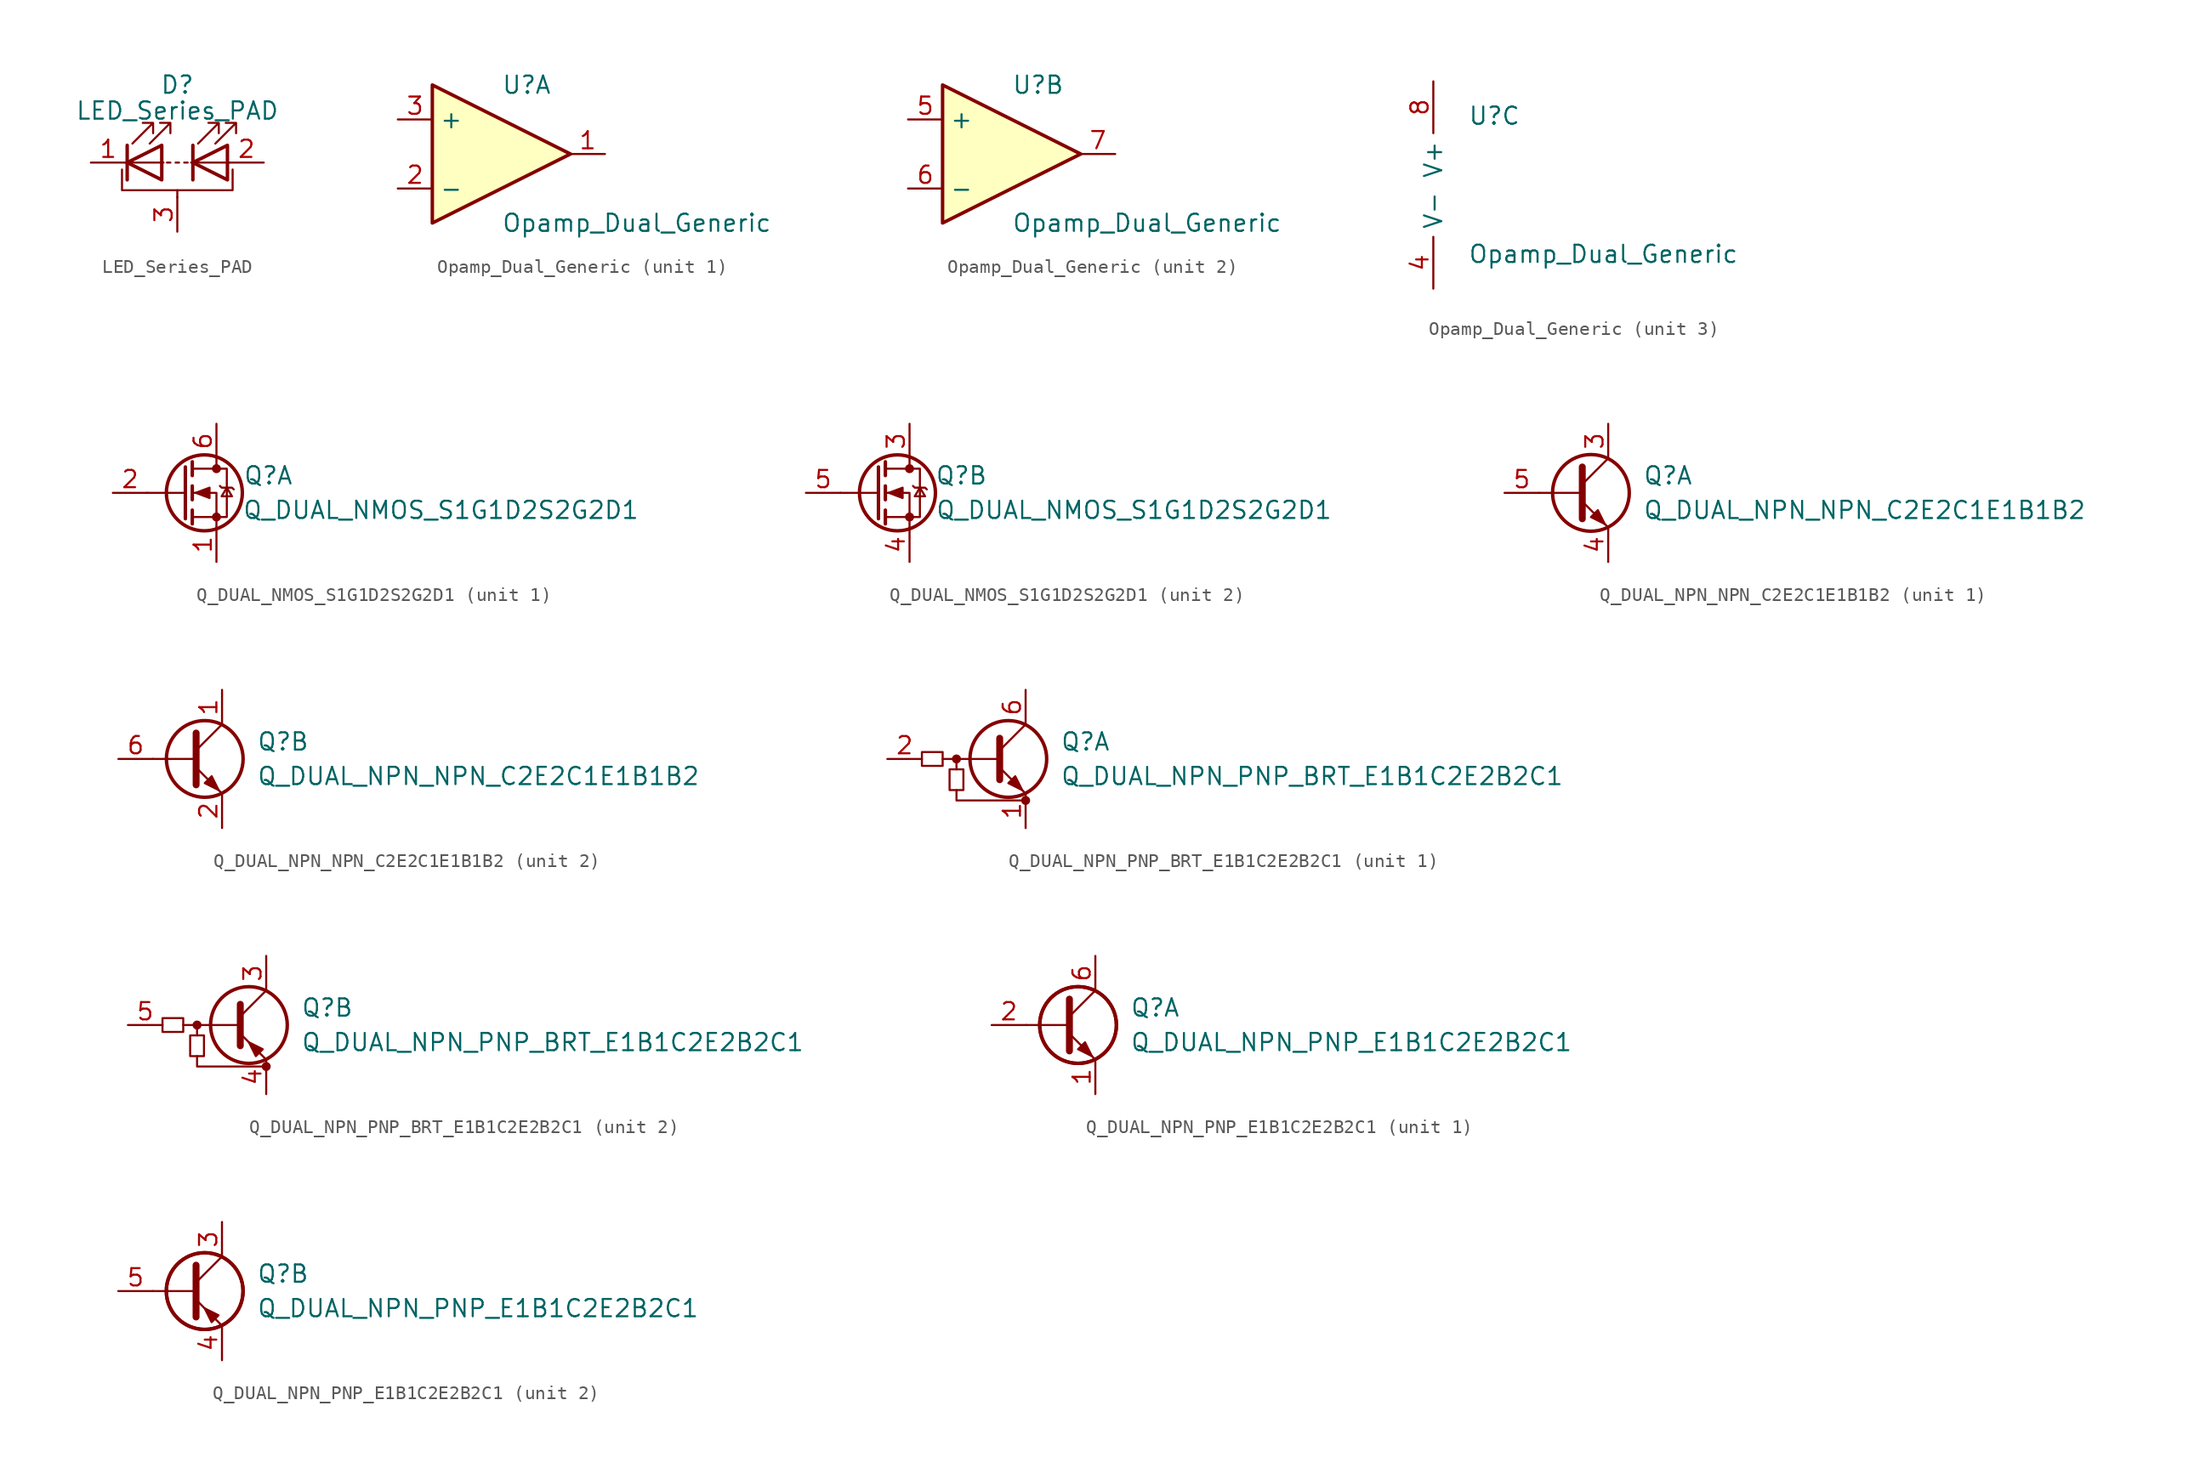
<source format=kicad_sym>
(kicad_symbol_lib
  (version 20211014)
  (generator kicad_symbol_editor)
  (symbol "LED_Series_PAD"
    (pin_names
      (offset 1.016) hide)
    (property "Reference" "D"
      (at 0 5.715 0)
      (effects (font (size 1.27 1.27))))
    (property "Value" "LED_Series_PAD"
      (at 0 3.81 0)
      (effects (font (size 1.27 1.27))))
    (symbol "LED_Series_PAD_0_1"
      (polyline (pts (xy -3.81 0) (xy -1.016 0)) (stroke (width 0) (type default) (color 0 0 0 0)) (fill (type none)))
      (polyline (pts (xy -3.683 -1.27) (xy -3.683 1.27)) (stroke (width 0.254) (type default) (color 0 0 0 0)) (fill (type none)))
      (polyline (pts (xy -0.508 0) (xy -0.762 0)) (stroke (width 0) (type default) (color 0 0 0 0)) (fill (type none)))
      (polyline (pts (xy 0 -2.54) (xy 0 -2.032)) (stroke (width 0) (type default) (color 0 0 0 0)) (fill (type none)))
      (polyline (pts (xy 0.127 0) (xy -0.127 0)) (stroke (width 0) (type default) (color 0 0 0 0)) (fill (type none)))
      (polyline (pts (xy 0.508 0) (xy 0.762 0)) (stroke (width 0) (type default) (color 0 0 0 0)) (fill (type none)))
      (polyline (pts (xy 1.016 0) (xy 3.81 0)) (stroke (width 0) (type default) (color 0 0 0 0)) (fill (type none)))
      (polyline (pts (xy 1.143 -1.27) (xy 1.143 1.27)) (stroke (width 0.254) (type default) (color 0 0 0 0)) (fill (type none)))
      (polyline (pts (xy -4.064 -0.508) (xy -4.064 -2.032) (xy 4.064 -2.032) (xy 4.064 -0.508)) (stroke (width 0) (type default) (color 0 0 0 0)) (fill (type none)))
      (polyline (pts (xy -1.143 -1.27) (xy -1.143 1.27) (xy -3.683 0) (xy -1.143 -1.27)) (stroke (width 0.254) (type default) (color 0 0 0 0)) (fill (type none)))
      (polyline (pts (xy 3.683 -1.27) (xy 3.683 1.27) (xy 1.143 0) (xy 3.683 -1.27)) (stroke (width 0.254) (type default) (color 0 0 0 0)) (fill (type none)))
      (polyline (pts (xy -3.302 1.397) (xy -1.778 2.921) (xy -2.54 2.921) (xy -1.778 2.921) (xy -1.778 2.159)) (stroke (width 0) (type default) (color 0 0 0 0)) (fill (type none)))
      (polyline (pts (xy -2.032 1.397) (xy -0.508 2.921) (xy -1.27 2.921) (xy -0.508 2.921) (xy -0.508 2.159)) (stroke (width 0) (type default) (color 0 0 0 0)) (fill (type none)))
      (polyline (pts (xy 1.524 1.397) (xy 3.048 2.921) (xy 2.286 2.921) (xy 3.048 2.921) (xy 3.048 2.159)) (stroke (width 0) (type default) (color 0 0 0 0)) (fill (type none)))
      (polyline (pts (xy 2.794 1.397) (xy 4.318 2.921) (xy 3.556 2.921) (xy 4.318 2.921) (xy 4.318 2.159)) (stroke (width 0) (type default) (color 0 0 0 0)) (fill (type none))))
    (symbol "LED_Series_PAD_1_1"
      (pin passive line (at -6.35 0 0) (length 2.54) (name "K" (effects (font (size 1.27 1.27)))) (number "1" (effects (font (size 1.27 1.27)))))
      (pin passive line (at 6.35 0 180) (length 2.54) (name "A" (effects (font (size 1.27 1.27)))) (number "2" (effects (font (size 1.27 1.27)))))
      (pin passive line (at 0 -5.08 90) (length 2.54) (name "PAD" (effects (font (size 1.27 1.27)))) (number "3" (effects (font (size 1.27 1.27)))))))
  (symbol "Opamp_Dual_Generic"
    (property "Reference" "U"
      (at 0 5.08 0)
      (effects (font (size 1.27 1.27)) (justify left)))
    (property "Value" "Opamp_Dual_Generic"
      (at 0 -5.08 0)
      (effects (font (size 1.27 1.27)) (justify left)))
    (property "ki_locked" ""
      (at 0 0 0)
      (effects (font (size 1.27 1.27))))
    (symbol "Opamp_Dual_Generic_1_1"
      (polyline (pts (xy -5.08 5.08) (xy 5.08 0) (xy -5.08 -5.08) (xy -5.08 5.08)) (stroke (width 0.254) (type default) (color 0 0 0 0)) (fill (type background)))
      (pin output line (at 7.62 0 180) (length 2.54) (name "~" (effects (font (size 1.27 1.27)))) (number "1" (effects (font (size 1.27 1.27)))))
      (pin input line (at -7.62 -2.54 0) (length 2.54) (name "-" (effects (font (size 1.27 1.27)))) (number "2" (effects (font (size 1.27 1.27)))))
      (pin input line (at -7.62 2.54 0) (length 2.54) (name "+" (effects (font (size 1.27 1.27)))) (number "3" (effects (font (size 1.27 1.27))))))
    (symbol "Opamp_Dual_Generic_2_1"
      (polyline (pts (xy -5.08 5.08) (xy 5.08 0) (xy -5.08 -5.08) (xy -5.08 5.08)) (stroke (width 0.254) (type default) (color 0 0 0 0)) (fill (type background)))
      (pin input line (at -7.62 2.54 0) (length 2.54) (name "+" (effects (font (size 1.27 1.27)))) (number "5" (effects (font (size 1.27 1.27)))))
      (pin input line (at -7.62 -2.54 0) (length 2.54) (name "-" (effects (font (size 1.27 1.27)))) (number "6" (effects (font (size 1.27 1.27)))))
      (pin output line (at 7.62 0 180) (length 2.54) (name "~" (effects (font (size 1.27 1.27)))) (number "7" (effects (font (size 1.27 1.27))))))
    (symbol "Opamp_Dual_Generic_3_1"
      (pin power_in line (at -2.54 -7.62 90) (length 3.81) (name "V-" (effects (font (size 1.27 1.27)))) (number "4" (effects (font (size 1.27 1.27)))))
      (pin power_in line (at -2.54 7.62 270) (length 3.81) (name "V+" (effects (font (size 1.27 1.27)))) (number "8" (effects (font (size 1.27 1.27)))))))
  (symbol "Q_DUAL_NMOS_S1G1D2S2G2D1"
    (pin_names
      (offset 0) hide)
    (property "Reference" "Q"
      (at 6.35 1.27 0)
      (effects (font (size 1.27 1.27))))
    (property "Value" "Q_DUAL_NMOS_S1G1D2S2G2D1"
      (at 19.05 -1.27 0)
      (effects (font (size 1.27 1.27))))
    (symbol "Q_DUAL_NMOS_S1G1D2S2G2D1_0_1"
      (polyline (pts (xy 0.254 0) (xy -2.54 0)) (stroke (width 0) (type default) (color 0 0 0 0)) (fill (type none)))
      (polyline (pts (xy 0.254 1.905) (xy 0.254 -1.905)) (stroke (width 0.254) (type default) (color 0 0 0 0)) (fill (type none)))
      (polyline (pts (xy 0.762 -1.27) (xy 0.762 -2.286)) (stroke (width 0.254) (type default) (color 0 0 0 0)) (fill (type none)))
      (polyline (pts (xy 0.762 0.508) (xy 0.762 -0.508)) (stroke (width 0.254) (type default) (color 0 0 0 0)) (fill (type none)))
      (polyline (pts (xy 0.762 2.286) (xy 0.762 1.27)) (stroke (width 0.254) (type default) (color 0 0 0 0)) (fill (type none)))
      (polyline (pts (xy 2.54 2.54) (xy 2.54 1.778)) (stroke (width 0) (type default) (color 0 0 0 0)) (fill (type none)))
      (polyline (pts (xy 2.54 -2.54) (xy 2.54 0) (xy 0.762 0)) (stroke (width 0) (type default) (color 0 0 0 0)) (fill (type none)))
      (polyline (pts (xy 0.762 -1.778) (xy 3.302 -1.778) (xy 3.302 1.778) (xy 0.762 1.778)) (stroke (width 0) (type default) (color 0 0 0 0)) (fill (type none)))
      (polyline (pts (xy 1.016 0) (xy 2.032 0.381) (xy 2.032 -0.381) (xy 1.016 0)) (stroke (width 0) (type default) (color 0 0 0 0)) (fill (type outline)))
      (polyline (pts (xy 2.794 0.508) (xy 2.921 0.381) (xy 3.683 0.381) (xy 3.81 0.254)) (stroke (width 0) (type default) (color 0 0 0 0)) (fill (type none)))
      (polyline (pts (xy 3.302 0.381) (xy 2.921 -0.254) (xy 3.683 -0.254) (xy 3.302 0.381)) (stroke (width 0) (type default) (color 0 0 0 0)) (fill (type none)))
      (circle (center 1.651 0) (radius 2.794) (stroke (width 0.254) (type default) (color 0 0 0 0)) (fill (type none)))
      (circle (center 2.54 -1.778) (radius 0.254) (stroke (width 0) (type default) (color 0 0 0 0)) (fill (type outline)))
      (circle (center 2.54 1.778) (radius 0.254) (stroke (width 0) (type default) (color 0 0 0 0)) (fill (type outline))))
    (symbol "Q_DUAL_NMOS_S1G1D2S2G2D1_1_1"
      (pin passive line (at 2.54 -5.08 90) (length 2.54) (name "S" (effects (font (size 1.27 1.27)))) (number "1" (effects (font (size 1.27 1.27)))))
      (pin input line (at -5.08 0 0) (length 2.54) (name "G" (effects (font (size 1.27 1.27)))) (number "2" (effects (font (size 1.27 1.27)))))
      (pin passive line (at 2.54 5.08 270) (length 2.54) (name "D" (effects (font (size 1.27 1.27)))) (number "6" (effects (font (size 1.27 1.27))))))
    (symbol "Q_DUAL_NMOS_S1G1D2S2G2D1_2_1"
      (pin passive line (at 2.54 5.08 270) (length 2.54) (name "D" (effects (font (size 1.27 1.27)))) (number "3" (effects (font (size 1.27 1.27)))))
      (pin passive line (at 2.54 -5.08 90) (length 2.54) (name "S" (effects (font (size 1.27 1.27)))) (number "4" (effects (font (size 1.27 1.27)))))
      (pin input line (at -5.08 0 0) (length 2.54) (name "G" (effects (font (size 1.27 1.27)))) (number "5" (effects (font (size 1.27 1.27)))))))
  (symbol "Q_DUAL_NPN_NPN_C2E2C1E1B1B2"
    (pin_names
      (offset 0) hide)
    (property "Reference" "Q"
      (at 5.08 1.27 0)
      (effects (font (size 1.27 1.27)) (justify left)))
    (property "Value" "Q_DUAL_NPN_NPN_C2E2C1E1B1B2"
      (at 5.08 -1.27 0)
      (effects (font (size 1.27 1.27)) (justify left)))
    (property "ki_locked" ""
      (at 0 0 0)
      (effects (font (size 1.27 1.27))))
    (symbol "Q_DUAL_NPN_NPN_C2E2C1E1B1B2_0_1"
      (polyline (pts (xy 0.635 0) (xy -2.54 0)) (stroke (width 0) (type default) (color 0 0 0 0)) (fill (type none)))
      (polyline (pts (xy 0.635 0.635) (xy 2.54 2.54)) (stroke (width 0) (type default) (color 0 0 0 0)) (fill (type none)))
      (polyline (pts (xy 0.635 -0.635) (xy 2.54 -2.54) (xy 2.54 -2.54)) (stroke (width 0) (type default) (color 0 0 0 0)) (fill (type none)))
      (polyline (pts (xy 0.635 1.905) (xy 0.635 -1.905) (xy 0.635 -1.905)) (stroke (width 0.508) (type default) (color 0 0 0 0)) (fill (type none)))
      (polyline (pts (xy 1.27 -1.778) (xy 1.778 -1.27) (xy 2.286 -2.286) (xy 1.27 -1.778) (xy 1.27 -1.778)) (stroke (width 0) (type default) (color 0 0 0 0)) (fill (type outline)))
      (circle (center 1.27 0) (radius 2.819) (stroke (width 0.254) (type default) (color 0 0 0 0)) (fill (type none))))
    (symbol "Q_DUAL_NPN_NPN_C2E2C1E1B1B2_1_1"
      (pin passive line (at 2.54 5.08 270) (length 2.54) (name "C1" (effects (font (size 1.27 1.27)))) (number "3" (effects (font (size 1.27 1.27)))))
      (pin passive line (at 2.54 -5.08 90) (length 2.54) (name "E1" (effects (font (size 1.27 1.27)))) (number "4" (effects (font (size 1.27 1.27)))))
      (pin input line (at -5.08 0 0) (length 2.54) (name "B1" (effects (font (size 1.27 1.27)))) (number "5" (effects (font (size 1.27 1.27))))))
    (symbol "Q_DUAL_NPN_NPN_C2E2C1E1B1B2_2_1"
      (pin passive line (at 2.54 5.08 270) (length 2.54) (name "C2" (effects (font (size 1.27 1.27)))) (number "1" (effects (font (size 1.27 1.27)))))
      (pin passive line (at 2.54 -5.08 90) (length 2.54) (name "E2" (effects (font (size 1.27 1.27)))) (number "2" (effects (font (size 1.27 1.27)))))
      (pin input line (at -5.08 0 0) (length 2.54) (name "B2" (effects (font (size 1.27 1.27)))) (number "6" (effects (font (size 1.27 1.27)))))))
  (symbol "Q_DUAL_NPN_PNP_BRT_E1B1C2E2B2C1"
    (pin_names hide)
    (property "Reference" "Q"
      (at 3.81 1.27 0)
      (effects (font (size 1.27 1.27)) (justify left)))
    (property "Value" "Q_DUAL_NPN_PNP_BRT_E1B1C2E2B2C1"
      (at 3.81 -1.27 0)
      (effects (font (size 1.27 1.27)) (justify left)))
    (symbol "Q_DUAL_NPN_PNP_BRT_E1B1C2E2B2C1_0_1"
      (rectangle (start -6.35 0.508) (end -4.826 -0.508) (stroke (width 0) (type default) (color 0 0 0 0)) (fill (type none)))
      (rectangle (start -4.318 -2.286) (end -3.302 -0.762) (stroke (width 0) (type default) (color 0 0 0 0)) (fill (type none)))
      (circle (center -3.81 0) (radius 0.254) (stroke (width 0) (type default) (color 0 0 0 0)) (fill (type outline)))
      (polyline (pts (xy -3.81 -0.762) (xy -3.81 0)) (stroke (width 0) (type default) (color 0 0 0 0)) (fill (type none)))
      (polyline (pts (xy -0.762 0) (xy -4.826 0)) (stroke (width 0) (type default) (color 0 0 0 0)) (fill (type none)))
      (polyline (pts (xy -0.635 1.524) (xy -0.635 -1.524)) (stroke (width 0.508) (type default) (color 0 0 0 0)) (fill (type none)))
      (polyline (pts (xy -3.81 -2.286) (xy -3.81 -3.048) (xy 1.27 -3.048)) (stroke (width 0) (type default) (color 0 0 0 0)) (fill (type none)))
      (circle (center 1.27 -3.048) (radius 0.254) (stroke (width 0) (type default) (color 0 0 0 0)) (fill (type outline))))
    (symbol "Q_DUAL_NPN_PNP_BRT_E1B1C2E2B2C1_1_1"
      (polyline (pts (xy -0.635 0.635) (xy 1.27 2.54)) (stroke (width 0) (type default) (color 0 0 0 0)) (fill (type none)))
      (polyline (pts (xy -0.635 -0.635) (xy 1.27 -2.54) (xy 1.27 -2.54)) (stroke (width 0) (type default) (color 0 0 0 0)) (fill (type none)))
      (polyline (pts (xy 0 -1.778) (xy 0.508 -1.27) (xy 1.016 -2.286) (xy 0 -1.778) (xy 0 -1.778)) (stroke (width 0) (type default) (color 0 0 0 0)) (fill (type outline)))
      (circle (center 0 0) (radius 2.819) (stroke (width 0.254) (type default) (color 0 0 0 0)) (fill (type none)))
      (pin passive line (at 1.27 -5.08 90) (length 2.54) (name "E1" (effects (font (size 1.27 1.27)))) (number "1" (effects (font (size 1.27 1.27)))))
      (pin input line (at -8.89 0 0) (length 2.54) (name "B1" (effects (font (size 1.27 1.27)))) (number "2" (effects (font (size 1.27 1.27)))))
      (pin passive line (at 1.27 5.08 270) (length 2.54) (name "C1" (effects (font (size 1.27 1.27)))) (number "6" (effects (font (size 1.27 1.27))))))
    (symbol "Q_DUAL_NPN_PNP_BRT_E1B1C2E2B2C1_2_1"
      (polyline (pts (xy -0.635 0.635) (xy 1.27 2.54)) (stroke (width 0) (type default) (color 0 0 0 0)) (fill (type none)))
      (polyline (pts (xy -0.635 -0.635) (xy 1.27 -2.54) (xy 1.27 -2.54)) (stroke (width 0) (type default) (color 0 0 0 0)) (fill (type none)))
      (polyline (pts (xy 1.016 -1.778) (xy 0.508 -2.286) (xy 0 -1.27) (xy 1.016 -1.778) (xy 1.016 -1.778)) (stroke (width 0) (type default) (color 0 0 0 0)) (fill (type outline)))
      (circle (center 0 0) (radius 2.819) (stroke (width 0.254) (type default) (color 0 0 0 0)) (fill (type none)))
      (pin passive line (at 1.27 5.08 270) (length 2.54) (name "C1" (effects (font (size 1.27 1.27)))) (number "3" (effects (font (size 1.27 1.27)))))
      (pin passive line (at 1.27 -5.08 90) (length 2.54) (name "E1" (effects (font (size 1.27 1.27)))) (number "4" (effects (font (size 1.27 1.27)))))
      (pin input line (at -8.89 0 0) (length 2.54) (name "B1" (effects (font (size 1.27 1.27)))) (number "5" (effects (font (size 1.27 1.27)))))))
  (symbol "Q_DUAL_NPN_PNP_E1B1C2E2B2C1"
    (pin_names
      (offset 0) hide)
    (property "Reference" "Q"
      (at 5.08 1.27 0)
      (effects (font (size 1.27 1.27)) (justify left)))
    (property "Value" "Q_DUAL_NPN_PNP_E1B1C2E2B2C1"
      (at 5.08 -1.27 0)
      (effects (font (size 1.27 1.27)) (justify left)))
    (property "ki_locked" ""
      (at 0 0 0)
      (effects (font (size 1.27 1.27))))
    (symbol "Q_DUAL_NPN_PNP_E1B1C2E2B2C1_0_1"
      (polyline (pts (xy 0.635 0) (xy -2.54 0)) (stroke (width 0) (type default) (color 0 0 0 0)) (fill (type none)))
      (circle (center 1.27 0) (radius 2.819) (stroke (width 0.254) (type default) (color 0 0 0 0)) (fill (type none)))
      (circle (center 1.27 0) (radius 2.819) (stroke (width 0.254) (type default) (color 0 0 0 0)) (fill (type none))))
    (symbol "Q_DUAL_NPN_PNP_E1B1C2E2B2C1_1_1"
      (polyline (pts (xy 0.635 0.635) (xy 2.54 2.54)) (stroke (width 0) (type default) (color 0 0 0 0)) (fill (type none)))
      (polyline (pts (xy 0.635 -0.635) (xy 2.54 -2.54) (xy 2.54 -2.54)) (stroke (width 0) (type default) (color 0 0 0 0)) (fill (type none)))
      (polyline (pts (xy 0.635 1.905) (xy 0.635 -1.905) (xy 0.635 -1.905)) (stroke (width 0.508) (type default) (color 0 0 0 0)) (fill (type none)))
      (polyline (pts (xy 1.27 -1.778) (xy 1.778 -1.27) (xy 2.286 -2.286) (xy 1.27 -1.778) (xy 1.27 -1.778)) (stroke (width 0) (type default) (color 0 0 0 0)) (fill (type outline)))
      (pin passive line (at 2.54 -5.08 90) (length 2.54) (name "E1" (effects (font (size 1.27 1.27)))) (number "1" (effects (font (size 1.27 1.27)))))
      (pin input line (at -5.08 0 0) (length 2.54) (name "B1" (effects (font (size 1.27 1.27)))) (number "2" (effects (font (size 1.27 1.27)))))
      (pin passive line (at 2.54 5.08 270) (length 2.54) (name "C1" (effects (font (size 1.27 1.27)))) (number "6" (effects (font (size 1.27 1.27))))))
    (symbol "Q_DUAL_NPN_PNP_E1B1C2E2B2C1_2_1"
      (polyline (pts (xy 0.635 0.635) (xy 2.54 2.54)) (stroke (width 0) (type default) (color 0 0 0 0)) (fill (type none)))
      (polyline (pts (xy 0.635 -0.635) (xy 2.54 -2.54) (xy 2.54 -2.54)) (stroke (width 0) (type default) (color 0 0 0 0)) (fill (type none)))
      (polyline (pts (xy 0.635 1.905) (xy 0.635 -1.905) (xy 0.635 -1.905)) (stroke (width 0.508) (type default) (color 0 0 0 0)) (fill (type none)))
      (polyline (pts (xy 2.286 -1.778) (xy 1.778 -2.286) (xy 1.27 -1.27) (xy 2.286 -1.778) (xy 2.286 -1.778)) (stroke (width 0) (type default) (color 0 0 0 0)) (fill (type outline)))
      (pin passive line (at 2.54 5.08 270) (length 2.54) (name "C2" (effects (font (size 1.27 1.27)))) (number "3" (effects (font (size 1.27 1.27)))))
      (pin passive line (at 2.54 -5.08 90) (length 2.54) (name "E2" (effects (font (size 1.27 1.27)))) (number "4" (effects (font (size 1.27 1.27)))))
      (pin input line (at -5.08 0 0) (length 2.54) (name "B2" (effects (font (size 1.27 1.27)))) (number "5" (effects (font (size 1.27 1.27))))))))
</source>
